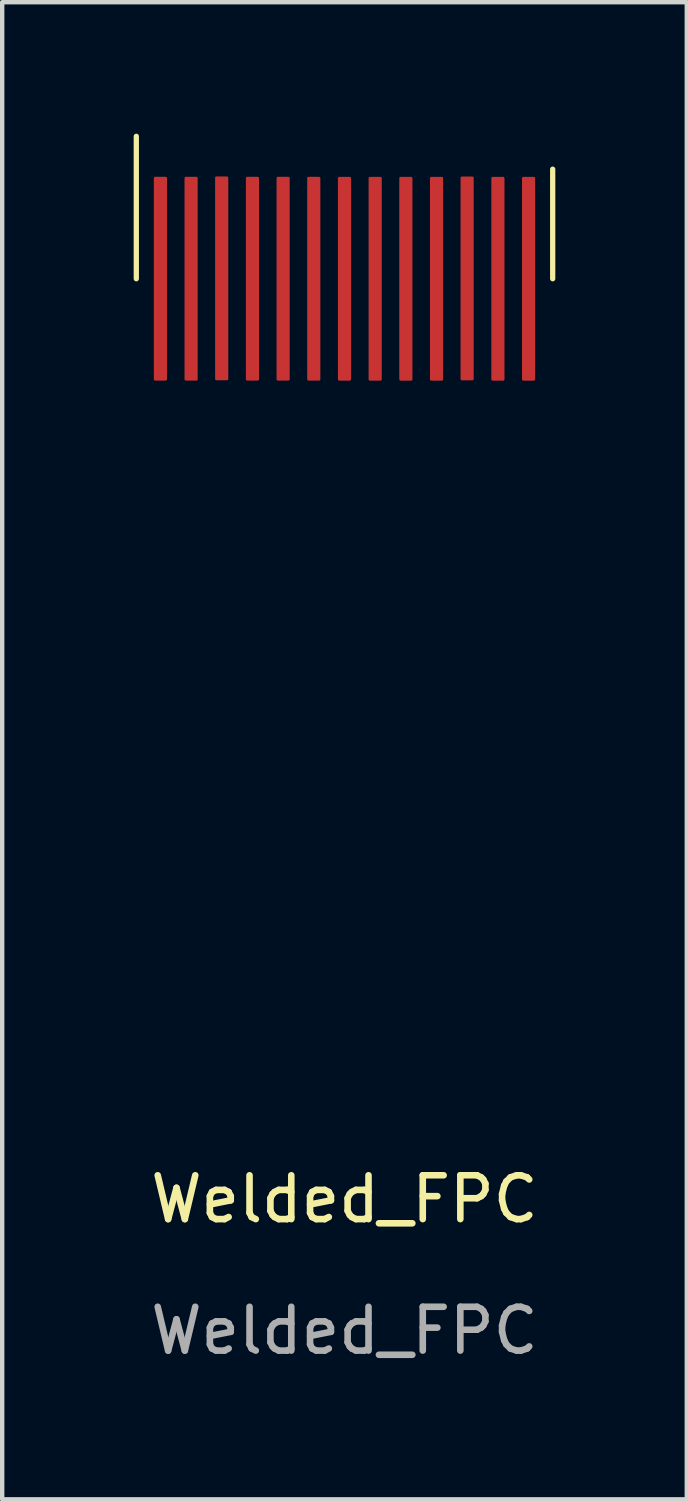
<source format=kicad_pcb>
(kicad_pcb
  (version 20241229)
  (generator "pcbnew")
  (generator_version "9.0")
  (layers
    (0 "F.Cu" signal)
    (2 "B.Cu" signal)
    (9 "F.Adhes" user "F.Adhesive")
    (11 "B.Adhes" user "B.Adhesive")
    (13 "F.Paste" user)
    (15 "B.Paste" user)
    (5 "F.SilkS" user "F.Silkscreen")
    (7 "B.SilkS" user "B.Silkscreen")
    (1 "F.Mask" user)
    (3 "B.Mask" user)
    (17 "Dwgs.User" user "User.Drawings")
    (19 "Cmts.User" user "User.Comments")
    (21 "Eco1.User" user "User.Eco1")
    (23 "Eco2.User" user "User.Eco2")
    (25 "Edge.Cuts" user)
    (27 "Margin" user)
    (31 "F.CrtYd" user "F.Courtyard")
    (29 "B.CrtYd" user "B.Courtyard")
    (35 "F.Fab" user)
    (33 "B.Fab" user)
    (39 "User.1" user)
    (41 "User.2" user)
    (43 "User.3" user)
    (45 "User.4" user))
  (footprint "Welded_FPC"
    (layer "F.Cu")
    (at 4.81 3.31)
    (property "Reference" "Welded_FPC" (at 0 21 0) (unlocked yes) (layer "F.SilkS") (effects (font (size 1 1) (thickness 0.15))))
    (attr smd)
    (fp_line (start -4.75 0) (end -4.75 -3.25) (stroke (width 0.12) (type solid)) (layer "F.SilkS"))
    (fp_line (start 4.75 -2.5) (end 4.75 0) (stroke (width 0.12) (type solid)) (layer "F.SilkS"))
    (fp_text user "${REFERENCE}" (at 0 24 0) (unlocked yes) (layer "F.Fab") (effects (font (size 1 1) (thickness 0.15))))
    (pad "1" smd roundrect (at -4.2 -0.001) (size 0.3 4.65) (layers "F.Cu" "F.Mask" "F.Paste") (roundrect_rratio 0.1))
    (pad "2" smd roundrect (at -3.5 -0.001) (size 0.3 4.65) (layers "F.Cu" "F.Mask" "F.Paste") (roundrect_rratio 0.1))
    (pad "3" smd roundrect (at -2.802 -0.009) (size 0.3 4.65) (layers "F.Cu" "F.Mask" "F.Paste") (roundrect_rratio 0.1))
    (pad "4" smd roundrect (at -2.1 -0.001) (size 0.3 4.65) (layers "F.Cu" "F.Mask" "F.Paste") (roundrect_rratio 0.1))
    (pad "5" smd roundrect (at -1.4 -0.001) (size 0.3 4.65) (layers "F.Cu" "F.Mask" "F.Paste") (roundrect_rratio 0.1))
    (pad "6" smd roundrect (at -0.701 -0.001) (size 0.3 4.65) (layers "F.Cu" "F.Mask" "F.Paste") (roundrect_rratio 0.1))
    (pad "7" smd roundrect (at 0 0) (size 0.3 4.65) (layers "F.Cu" "F.Mask" "F.Paste") (roundrect_rratio 0.1))
    (pad "8" smd roundrect (at 0.7 0) (size 0.3 4.65) (layers "F.Cu" "F.Mask" "F.Paste") (roundrect_rratio 0.1))
    (pad "9" smd roundrect (at 1.4 0) (size 0.3 4.65) (layers "F.Cu" "F.Mask" "F.Paste") (roundrect_rratio 0.1))
    (pad "10" smd roundrect (at 2.1 0) (size 0.3 4.65) (layers "F.Cu" "F.Mask" "F.Paste") (roundrect_rratio 0.1))
    (pad "11" smd roundrect (at 2.798 -0.008) (size 0.3 4.65) (layers "F.Cu" "F.Mask" "F.Paste") (roundrect_rratio 0.1))
    (pad "12" smd roundrect (at 3.5 0) (size 0.3 4.65) (layers "F.Cu" "F.Mask" "F.Paste") (roundrect_rratio 0.1))
    (pad "13" smd roundrect (at 4.2 0) (size 0.3 4.65) (layers "F.Cu" "F.Mask" "F.Paste") (roundrect_rratio 0.1)))
  (gr_rect
    (start -3 -3)
    (end 12.62 31.158)
    (stroke (width 0.1) (type default))
    (fill no)
    (layer "Edge.Cuts")))
</source>
